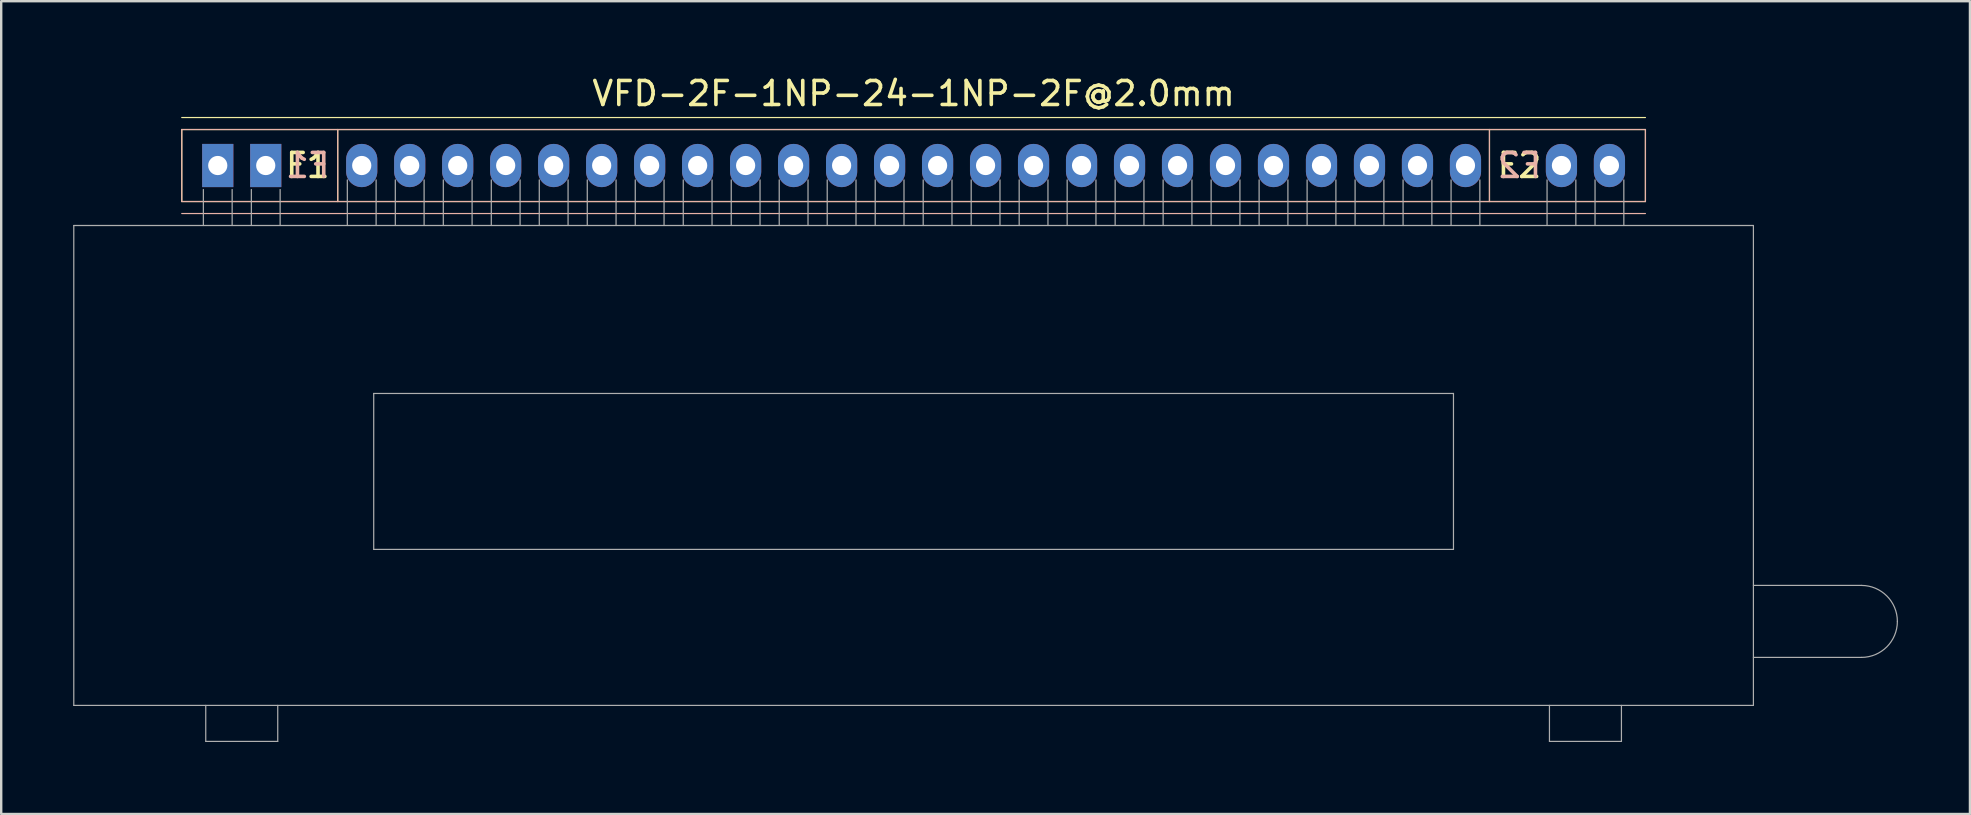
<source format=kicad_pcb>
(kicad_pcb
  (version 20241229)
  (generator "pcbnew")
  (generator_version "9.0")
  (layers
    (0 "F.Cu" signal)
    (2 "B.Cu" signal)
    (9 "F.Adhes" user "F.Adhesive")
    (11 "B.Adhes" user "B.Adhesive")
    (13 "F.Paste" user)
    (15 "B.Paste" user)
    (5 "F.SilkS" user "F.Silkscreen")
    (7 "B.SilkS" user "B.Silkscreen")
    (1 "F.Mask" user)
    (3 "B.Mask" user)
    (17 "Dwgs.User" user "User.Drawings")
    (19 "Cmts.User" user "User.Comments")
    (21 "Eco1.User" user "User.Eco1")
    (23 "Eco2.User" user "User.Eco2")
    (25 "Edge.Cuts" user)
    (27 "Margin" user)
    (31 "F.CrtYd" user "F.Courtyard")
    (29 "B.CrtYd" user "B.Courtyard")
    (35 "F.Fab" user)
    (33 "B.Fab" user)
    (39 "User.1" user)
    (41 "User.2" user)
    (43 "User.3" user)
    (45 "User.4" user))
  (footprint "VFD-2F-1NP-24-1NP-2F@2.0mm"
    (layer "F.Cu")
    (at 35.025 3.848)
    (property "Reference" "VFD-2F-1NP-24-1NP-2F@2.0mm" (at 0 -3 0) (layer "F.SilkS") (effects (font (size 1 1) (thickness 0.15))))
    (attr through_hole)
    (fp_line (start -30.5 -2) (end 30.5 -2) (stroke (width 0.05) (type solid)) (layer "F.SilkS"))
    (fp_line (start -30.5 -1.5) (end 30.5 -1.5) (stroke (width 0.05) (type solid)) (layer "F.SilkS"))
    (fp_line (start -30.5 1.5) (end -30.5 -1.5) (stroke (width 0.05) (type solid)) (layer "F.SilkS"))
    (fp_line (start -24 -1.5) (end -24 1.5) (stroke (width 0.05) (type solid)) (layer "F.SilkS"))
    (fp_line (start 24 -1.5) (end 24 1.5) (stroke (width 0.05) (type solid)) (layer "F.SilkS"))
    (fp_line (start 30.5 -1.5) (end 30.5 1.5) (stroke (width 0.05) (type solid)) (layer "F.SilkS"))
    (fp_line (start 30.5 1.5) (end -30.5 1.5) (stroke (width 0.05) (type solid)) (layer "F.SilkS"))
    (fp_line (start -30.5 -1.5) (end 30.5 -1.5) (stroke (width 0.05) (type solid)) (layer "B.SilkS"))
    (fp_line (start -30.5 1.5) (end -30.5 -1.5) (stroke (width 0.05) (type solid)) (layer "B.SilkS"))
    (fp_line (start -24 1.5) (end -24 -1.5) (stroke (width 0.05) (type solid)) (layer "B.SilkS"))
    (fp_line (start 24 -1.5) (end 24 1.5) (stroke (width 0.05) (type solid)) (layer "B.SilkS"))
    (fp_line (start 30.5 -1.5) (end 30.5 1.5) (stroke (width 0.05) (type solid)) (layer "B.SilkS"))
    (fp_line (start 30.5 1.5) (end -30.5 1.5) (stroke (width 0.05) (type solid)) (layer "B.SilkS"))
    (fp_line (start 30.5 2) (end -30.5 2) (stroke (width 0.05) (type solid)) (layer "B.SilkS"))
    (fp_line (start -35 2.5) (end 35 2.5) (stroke (width 0.05) (type solid)) (layer "F.Fab"))
    (fp_line (start -35 22.5) (end -35 2.5) (stroke (width 0.05) (type solid)) (layer "F.Fab"))
    (fp_line (start -29.6 1) (end -29.6 2.5) (stroke (width 0.05) (type solid)) (layer "F.Fab"))
    (fp_line (start -29.5 22.5) (end -29.5 24) (stroke (width 0.05) (type solid)) (layer "F.Fab"))
    (fp_line (start -29.5 24) (end -26.5 24) (stroke (width 0.05) (type solid)) (layer "F.Fab"))
    (fp_line (start -28.4 1) (end -28.4 2.5) (stroke (width 0.05) (type solid)) (layer "F.Fab"))
    (fp_line (start -27.6 1) (end -27.6 2.5) (stroke (width 0.05) (type solid)) (layer "F.Fab"))
    (fp_line (start -26.5 24) (end -26.5 22.5) (stroke (width 0.05) (type solid)) (layer "F.Fab"))
    (fp_line (start -26.4 1) (end -26.4 2.5) (stroke (width 0.05) (type solid)) (layer "F.Fab"))
    (fp_line (start -23.6 0.6) (end -23.6 2.5) (stroke (width 0.05) (type solid)) (layer "F.Fab"))
    (fp_line (start -22.5 9.5) (end -22.5 16) (stroke (width 0.05) (type solid)) (layer "F.Fab"))
    (fp_line (start -22.5 16) (end 22.5 16) (stroke (width 0.05) (type solid)) (layer "F.Fab"))
    (fp_line (start -22.4 0.6) (end -22.4 2.5) (stroke (width 0.05) (type solid)) (layer "F.Fab"))
    (fp_line (start -21.6 0.6) (end -21.6 2.5) (stroke (width 0.05) (type solid)) (layer "F.Fab"))
    (fp_line (start -20.4 0.6) (end -20.4 2.5) (stroke (width 0.05) (type solid)) (layer "F.Fab"))
    (fp_line (start -19.6 0.6) (end -19.6 2.5) (stroke (width 0.05) (type solid)) (layer "F.Fab"))
    (fp_line (start -18.4 0.6) (end -18.4 2.5) (stroke (width 0.05) (type solid)) (layer "F.Fab"))
    (fp_line (start -17.6 0.6) (end -17.6 2.5) (stroke (width 0.05) (type solid)) (layer "F.Fab"))
    (fp_line (start -16.4 0.6) (end -16.4 2.5) (stroke (width 0.05) (type solid)) (layer "F.Fab"))
    (fp_line (start -15.6 0.6) (end -15.6 2.5) (stroke (width 0.05) (type solid)) (layer "F.Fab"))
    (fp_line (start -14.4 0.6) (end -14.4 2.5) (stroke (width 0.05) (type solid)) (layer "F.Fab"))
    (fp_line (start -13.6 0.6) (end -13.6 2.5) (stroke (width 0.05) (type solid)) (layer "F.Fab"))
    (fp_line (start -12.4 0.6) (end -12.4 2.5) (stroke (width 0.05) (type solid)) (layer "F.Fab"))
    (fp_line (start -11.6 0.6) (end -11.6 2.5) (stroke (width 0.05) (type solid)) (layer "F.Fab"))
    (fp_line (start -10.4 0.6) (end -10.4 2.5) (stroke (width 0.05) (type solid)) (layer "F.Fab"))
    (fp_line (start -9.6 0.6) (end -9.6 2.5) (stroke (width 0.05) (type solid)) (layer "F.Fab"))
    (fp_line (start -8.4 0.6) (end -8.4 2.5) (stroke (width 0.05) (type solid)) (layer "F.Fab"))
    (fp_line (start -7.6 0.6) (end -7.6 2.5) (stroke (width 0.05) (type solid)) (layer "F.Fab"))
    (fp_line (start -6.4 0.6) (end -6.4 2.5) (stroke (width 0.05) (type solid)) (layer "F.Fab"))
    (fp_line (start -5.6 0.6) (end -5.6 2.5) (stroke (width 0.05) (type solid)) (layer "F.Fab"))
    (fp_line (start -4.4 0.6) (end -4.4 2.5) (stroke (width 0.05) (type solid)) (layer "F.Fab"))
    (fp_line (start -3.6 0.6) (end -3.6 2.5) (stroke (width 0.05) (type solid)) (layer "F.Fab"))
    (fp_line (start -2.4 0.6) (end -2.4 2.5) (stroke (width 0.05) (type solid)) (layer "F.Fab"))
    (fp_line (start -1.6 0.6) (end -1.6 2.5) (stroke (width 0.05) (type solid)) (layer "F.Fab"))
    (fp_line (start -0.4 0.6) (end -0.4 2.5) (stroke (width 0.05) (type solid)) (layer "F.Fab"))
    (fp_line (start 0.4 0.6) (end 0.4 2.5) (stroke (width 0.05) (type solid)) (layer "F.Fab"))
    (fp_line (start 1.6 0.6) (end 1.6 2.5) (stroke (width 0.05) (type solid)) (layer "F.Fab"))
    (fp_line (start 2.4 0.6) (end 2.4 2.5) (stroke (width 0.05) (type solid)) (layer "F.Fab"))
    (fp_line (start 3.6 0.6) (end 3.6 2.5) (stroke (width 0.05) (type solid)) (layer "F.Fab"))
    (fp_line (start 4.4 0.6) (end 4.4 2.5) (stroke (width 0.05) (type solid)) (layer "F.Fab"))
    (fp_line (start 5.6 0.6) (end 5.6 2.5) (stroke (width 0.05) (type solid)) (layer "F.Fab"))
    (fp_line (start 6.4 0.6) (end 6.4 2.5) (stroke (width 0.05) (type solid)) (layer "F.Fab"))
    (fp_line (start 7.6 0.6) (end 7.6 2.5) (stroke (width 0.05) (type solid)) (layer "F.Fab"))
    (fp_line (start 8.4 0.6) (end 8.4 2.5) (stroke (width 0.05) (type solid)) (layer "F.Fab"))
    (fp_line (start 9.6 0.6) (end 9.6 2.5) (stroke (width 0.05) (type solid)) (layer "F.Fab"))
    (fp_line (start 10.4 0.6) (end 10.4 2.5) (stroke (width 0.05) (type solid)) (layer "F.Fab"))
    (fp_line (start 11.6 0.6) (end 11.6 2.5) (stroke (width 0.05) (type solid)) (layer "F.Fab"))
    (fp_line (start 12.4 0.6) (end 12.4 2.5) (stroke (width 0.05) (type solid)) (layer "F.Fab"))
    (fp_line (start 13.6 0.6) (end 13.6 2.5) (stroke (width 0.05) (type solid)) (layer "F.Fab"))
    (fp_line (start 14.4 0.6) (end 14.4 2.5) (stroke (width 0.05) (type solid)) (layer "F.Fab"))
    (fp_line (start 15.6 0.6) (end 15.6 2.5) (stroke (width 0.05) (type solid)) (layer "F.Fab"))
    (fp_line (start 16.4 0.6) (end 16.4 2.5) (stroke (width 0.05) (type solid)) (layer "F.Fab"))
    (fp_line (start 17.6 0.6) (end 17.6 2.5) (stroke (width 0.05) (type solid)) (layer "F.Fab"))
    (fp_line (start 18.4 0.6) (end 18.4 2.5) (stroke (width 0.05) (type solid)) (layer "F.Fab"))
    (fp_line (start 19.6 0.6) (end 19.6 2.5) (stroke (width 0.05) (type solid)) (layer "F.Fab"))
    (fp_line (start 20.4 0.6) (end 20.4 2.5) (stroke (width 0.05) (type solid)) (layer "F.Fab"))
    (fp_line (start 21.6 0.6) (end 21.6 2.5) (stroke (width 0.05) (type solid)) (layer "F.Fab"))
    (fp_line (start 22.4 0.6) (end 22.4 2.5) (stroke (width 0.05) (type solid)) (layer "F.Fab"))
    (fp_line (start 22.5 9.5) (end -22.5 9.5) (stroke (width 0.05) (type solid)) (layer "F.Fab"))
    (fp_line (start 22.5 16) (end 22.5 9.5) (stroke (width 0.05) (type solid)) (layer "F.Fab"))
    (fp_line (start 23.6 0.6) (end 23.6 2.5) (stroke (width 0.05) (type solid)) (layer "F.Fab"))
    (fp_line (start 26.4 0.6) (end 26.4 2.5) (stroke (width 0.05) (type solid)) (layer "F.Fab"))
    (fp_line (start 26.5 24) (end 26.5 22.5) (stroke (width 0.05) (type solid)) (layer "F.Fab"))
    (fp_line (start 27.6 0.6) (end 27.6 2.5) (stroke (width 0.05) (type solid)) (layer "F.Fab"))
    (fp_line (start 28.4 0.6) (end 28.4 2.5) (stroke (width 0.05) (type solid)) (layer "F.Fab"))
    (fp_line (start 29.5 22.5) (end 29.5 24) (stroke (width 0.05) (type solid)) (layer "F.Fab"))
    (fp_line (start 29.5 24) (end 26.5 24) (stroke (width 0.05) (type solid)) (layer "F.Fab"))
    (fp_line (start 29.6 0.6) (end 29.6 2.5) (stroke (width 0.05) (type solid)) (layer "F.Fab"))
    (fp_line (start 35 2.5) (end 35 22.5) (stroke (width 0.05) (type solid)) (layer "F.Fab"))
    (fp_line (start 35 20.5) (end 39.5 20.5) (stroke (width 0.05) (type solid)) (layer "F.Fab"))
    (fp_line (start 35 22.5) (end -35 22.5) (stroke (width 0.05) (type solid)) (layer "F.Fab"))
    (fp_line (start 39.5 17.5) (end 35 17.5) (stroke (width 0.05) (type solid)) (layer "F.Fab"))
    (fp_arc (start 39.5 17.5) (mid 40.56066 17.93934) (end 41 19) (stroke (width 0.05) (type solid)) (layer "F.Fab"))
    (fp_arc (start 41 19) (mid 40.56066 20.06066) (end 39.5 20.5) (stroke (width 0.05) (type solid)) (layer "F.Fab"))
    (fp_text user "F2" (at 25.25 0 0) (layer "F.SilkS") (effects (font (size 1 1) (thickness 0.15))))
    (fp_text user "F1" (at -25.25 0 0) (layer "F.SilkS") (effects (font (size 1 1) (thickness 0.15))))
    (fp_text user "F1" (at -25.25 0 0) (layer "B.SilkS") (effects (font (size 1 1) (thickness 0.15)) (justify mirror)))
    (fp_text user "F2" (at 25.25 0 0) (layer "B.SilkS") (effects (font (size 1 1) (thickness 0.15)) (justify mirror)))
    (pad "1" thru_hole rect (at -29 0) (size 1.3 1.8) (drill 0.8) (layers "*.Cu" "*.Mask"))
    (pad "2" thru_hole rect (at -27 0) (size 1.3 1.8) (drill 0.8) (layers "*.Cu" "*.Mask"))
    (pad "4" thru_hole oval (at -23 0) (size 1.3 1.8) (drill 0.8) (layers "*.Cu" "*.Mask"))
    (pad "5" thru_hole oval (at -21 0) (size 1.3 1.8) (drill 0.8) (layers "*.Cu" "*.Mask"))
    (pad "6" thru_hole oval (at -19 0) (size 1.3 1.8) (drill 0.8) (layers "*.Cu" "*.Mask"))
    (pad "7" thru_hole oval (at -17 0) (size 1.3 1.8) (drill 0.8) (layers "*.Cu" "*.Mask"))
    (pad "8" thru_hole oval (at -15 0) (size 1.3 1.8) (drill 0.8) (layers "*.Cu" "*.Mask"))
    (pad "9" thru_hole oval (at -13 0) (size 1.3 1.8) (drill 0.8) (layers "*.Cu" "*.Mask"))
    (pad "10" thru_hole oval (at -11 0) (size 1.3 1.8) (drill 0.8) (layers "*.Cu" "*.Mask"))
    (pad "11" thru_hole oval (at -9 0) (size 1.3 1.8) (drill 0.8) (layers "*.Cu" "*.Mask"))
    (pad "12" thru_hole oval (at -7 0) (size 1.3 1.8) (drill 0.8) (layers "*.Cu" "*.Mask"))
    (pad "13" thru_hole oval (at -5 0) (size 1.3 1.8) (drill 0.8) (layers "*.Cu" "*.Mask"))
    (pad "14" thru_hole oval (at -3 0) (size 1.3 1.8) (drill 0.8) (layers "*.Cu" "*.Mask"))
    (pad "15" thru_hole oval (at -1 0) (size 1.3 1.8) (drill 0.8) (layers "*.Cu" "*.Mask"))
    (pad "16" thru_hole oval (at 1 0) (size 1.3 1.8) (drill 0.8) (layers "*.Cu" "*.Mask"))
    (pad "17" thru_hole oval (at 3 0) (size 1.3 1.8) (drill 0.8) (layers "*.Cu" "*.Mask"))
    (pad "18" thru_hole oval (at 5 0) (size 1.3 1.8) (drill 0.8) (layers "*.Cu" "*.Mask"))
    (pad "19" thru_hole oval (at 7 0) (size 1.3 1.8) (drill 0.8) (layers "*.Cu" "*.Mask"))
    (pad "20" thru_hole oval (at 9 0) (size 1.3 1.8) (drill 0.8) (layers "*.Cu" "*.Mask"))
    (pad "21" thru_hole oval (at 11 0) (size 1.3 1.8) (drill 0.8) (layers "*.Cu" "*.Mask"))
    (pad "22" thru_hole oval (at 13 0) (size 1.3 1.8) (drill 0.8) (layers "*.Cu" "*.Mask"))
    (pad "23" thru_hole oval (at 15 0) (size 1.3 1.8) (drill 0.8) (layers "*.Cu" "*.Mask"))
    (pad "24" thru_hole oval (at 17 0) (size 1.3 1.8) (drill 0.8) (layers "*.Cu" "*.Mask"))
    (pad "25" thru_hole oval (at 19 0) (size 1.3 1.8) (drill 0.8) (layers "*.Cu" "*.Mask"))
    (pad "26" thru_hole oval (at 21 0) (size 1.3 1.8) (drill 0.8) (layers "*.Cu" "*.Mask"))
    (pad "27" thru_hole oval (at 23 0) (size 1.3 1.8) (drill 0.8) (layers "*.Cu" "*.Mask"))
    (pad "29" thru_hole oval (at 27 0) (size 1.3 1.8) (drill 0.8) (layers "*.Cu" "*.Mask"))
    (pad "30" thru_hole oval (at 29 0) (size 1.3 1.8) (drill 0.8) (layers "*.Cu" "*.Mask")))
  (gr_rect
    (start -3 -3)
    (end 79.05 30.873)
    (stroke (width 0.1) (type default))
    (fill no)
    (layer "Edge.Cuts")))
</source>
